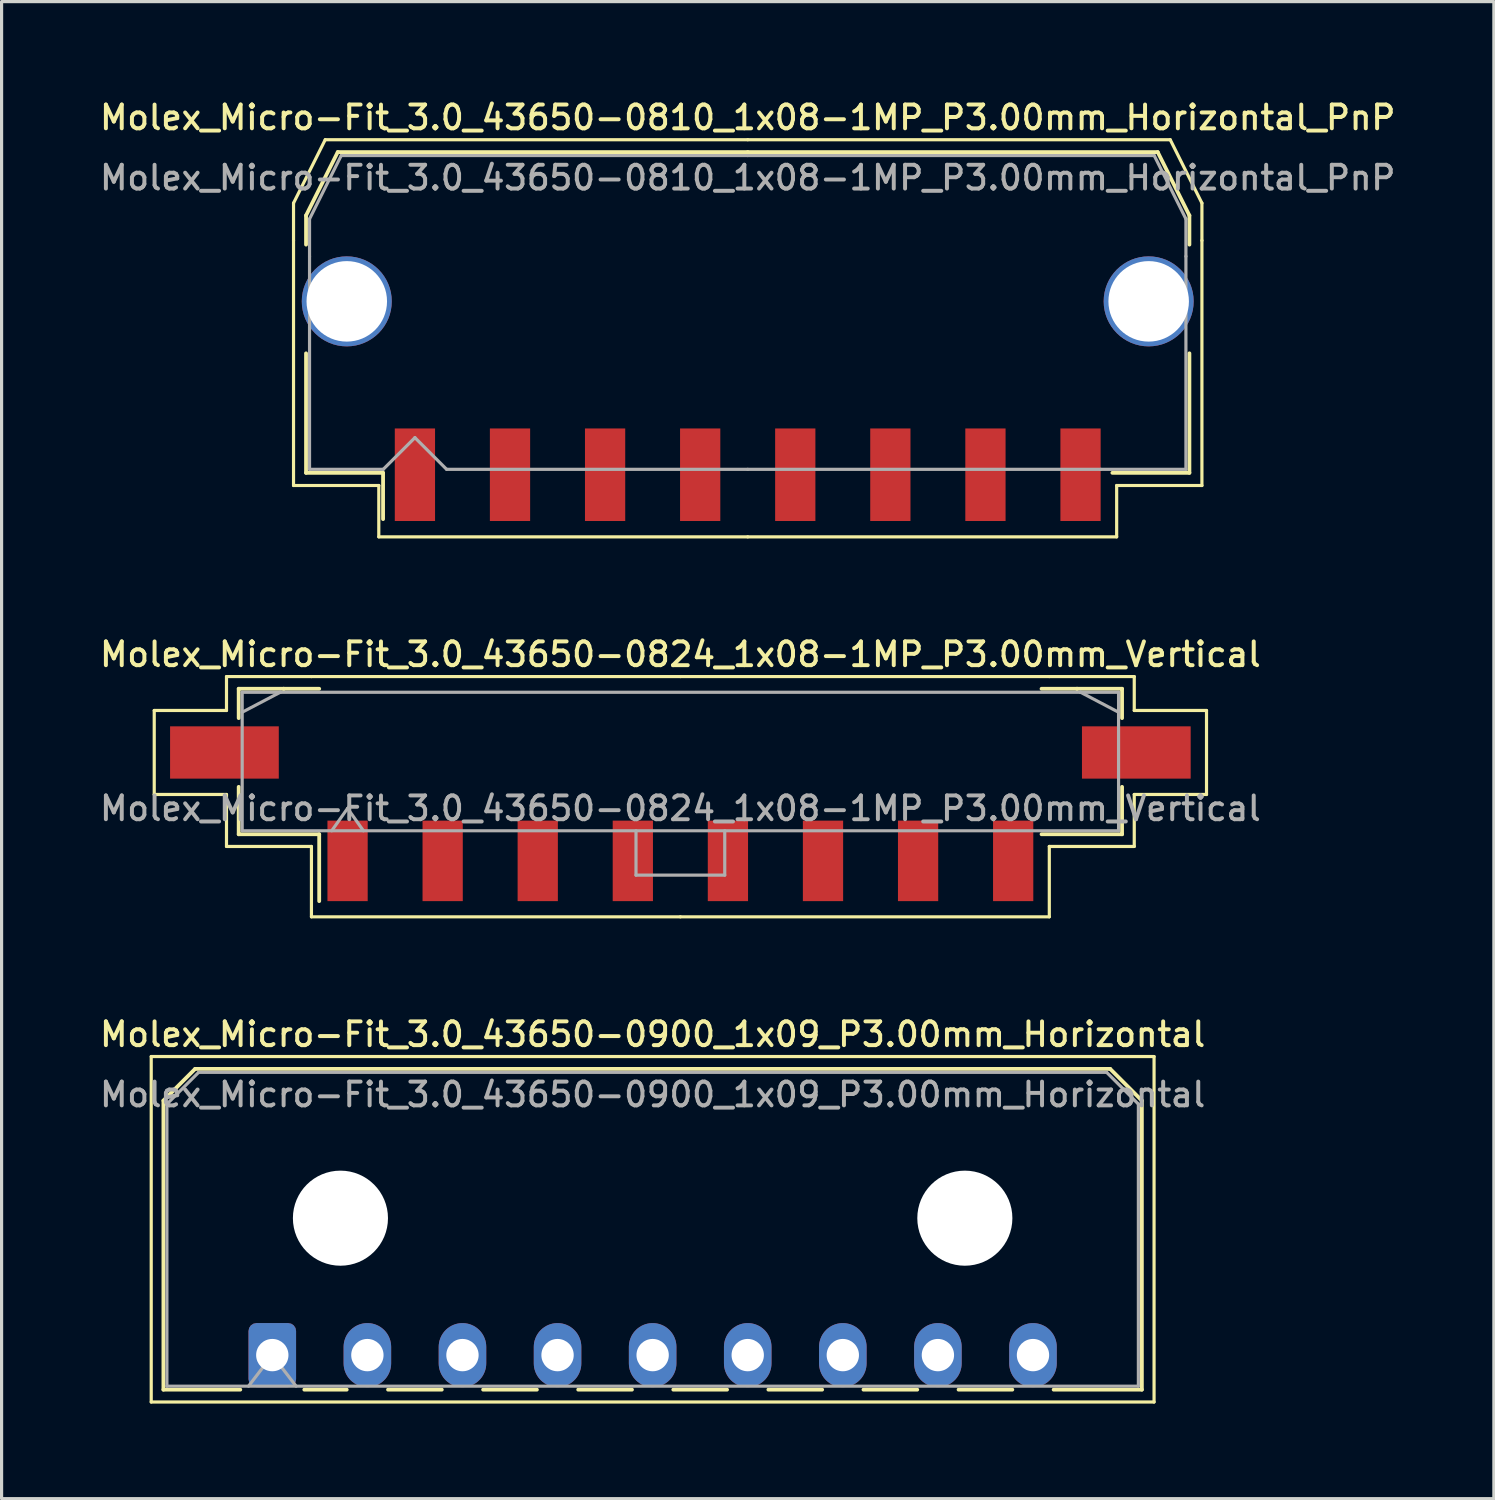
<source format=kicad_pcb>
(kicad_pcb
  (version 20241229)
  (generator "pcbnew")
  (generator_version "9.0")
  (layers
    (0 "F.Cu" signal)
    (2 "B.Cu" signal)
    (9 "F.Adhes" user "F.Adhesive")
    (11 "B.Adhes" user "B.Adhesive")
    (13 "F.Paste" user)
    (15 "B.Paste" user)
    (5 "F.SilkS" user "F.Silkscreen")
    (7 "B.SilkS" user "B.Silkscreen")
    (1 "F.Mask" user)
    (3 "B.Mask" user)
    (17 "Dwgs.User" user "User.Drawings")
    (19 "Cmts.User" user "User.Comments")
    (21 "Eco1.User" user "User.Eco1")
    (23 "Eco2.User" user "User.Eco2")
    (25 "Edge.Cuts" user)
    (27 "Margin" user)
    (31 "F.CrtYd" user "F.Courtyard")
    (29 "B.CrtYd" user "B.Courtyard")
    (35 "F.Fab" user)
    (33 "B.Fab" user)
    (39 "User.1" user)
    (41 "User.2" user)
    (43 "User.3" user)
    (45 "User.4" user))
  (footprint "Molex_Micro-Fit_3.0_43650-0900_1x09_P3.00mm_Horizontal"
    (layer "F.Cu")
    (at 5.541 39.704)
    (property "Reference" "Molex_Micro-Fit_3.0_43650-0900_1x09_P3.00mm_Horizontal" (at 12 -10.12 0) (layer "F.SilkS") (effects (font (size 0.75 0.75) (thickness 0.125))))
    (attr through_hole)
    (fp_line (start -3.82 -9.42) (end 27.82 -9.42) (stroke (width 0.1) (type solid)) (layer "F.SilkS"))
    (fp_line (start -3.82 1.48) (end -3.82 -9.42) (stroke (width 0.1) (type solid)) (layer "F.SilkS"))
    (fp_line (start -3.435 -8.03) (end -2.435 -9.03) (stroke (width 0.12) (type solid)) (layer "F.SilkS"))
    (fp_line (start -3.435 1.09) (end -3.435 -8.03) (stroke (width 0.12) (type solid)) (layer "F.SilkS"))
    (fp_line (start -3.435 1.09) (end -1.01 1.09) (stroke (width 0.12) (type solid)) (layer "F.SilkS"))
    (fp_line (start -2.435 -9.03) (end 26.435 -9.03) (stroke (width 0.12) (type solid)) (layer "F.SilkS"))
    (fp_line (start 1.01 1.09) (end 2.348 1.09) (stroke (width 0.12) (type solid)) (layer "F.SilkS"))
    (fp_line (start 3.652 1.09) (end 5.348 1.09) (stroke (width 0.12) (type solid)) (layer "F.SilkS"))
    (fp_line (start 6.652 1.09) (end 8.348 1.09) (stroke (width 0.12) (type solid)) (layer "F.SilkS"))
    (fp_line (start 9.652 1.09) (end 11.348 1.09) (stroke (width 0.12) (type solid)) (layer "F.SilkS"))
    (fp_line (start 12.652 1.09) (end 14.348 1.09) (stroke (width 0.12) (type solid)) (layer "F.SilkS"))
    (fp_line (start 15.652 1.09) (end 17.348 1.09) (stroke (width 0.12) (type solid)) (layer "F.SilkS"))
    (fp_line (start 18.652 1.09) (end 20.348 1.09) (stroke (width 0.12) (type solid)) (layer "F.SilkS"))
    (fp_line (start 21.652 1.09) (end 23.348 1.09) (stroke (width 0.12) (type solid)) (layer "F.SilkS"))
    (fp_line (start 26.435 -9.03) (end 27.435 -8.03) (stroke (width 0.12) (type solid)) (layer "F.SilkS"))
    (fp_line (start 27.435 -8.03) (end 27.435 1.09) (stroke (width 0.12) (type solid)) (layer "F.SilkS"))
    (fp_line (start 27.435 1.09) (end 24.652 1.09) (stroke (width 0.12) (type solid)) (layer "F.SilkS"))
    (fp_line (start 27.82 -9.42) (end 27.82 1.48) (stroke (width 0.1) (type solid)) (layer "F.SilkS"))
    (fp_line (start 27.82 1.48) (end -3.82 1.48) (stroke (width 0.1) (type solid)) (layer "F.SilkS"))
    (fp_line (start -3.325 -7.92) (end -2.325 -8.92) (stroke (width 0.1) (type solid)) (layer "F.Fab"))
    (fp_line (start -3.325 0.98) (end -3.325 -7.92) (stroke (width 0.1) (type solid)) (layer "F.Fab"))
    (fp_line (start -2.325 -8.92) (end 26.325 -8.92) (stroke (width 0.1) (type solid)) (layer "F.Fab"))
    (fp_line (start -0.75 0.98) (end 0 0) (stroke (width 0.1) (type solid)) (layer "F.Fab"))
    (fp_line (start 0 0) (end 0.75 0.98) (stroke (width 0.1) (type solid)) (layer "F.Fab"))
    (fp_line (start 26.325 -8.92) (end 27.325 -7.92) (stroke (width 0.1) (type solid)) (layer "F.Fab"))
    (fp_line (start 27.325 -7.92) (end 27.325 0.98) (stroke (width 0.1) (type solid)) (layer "F.Fab"))
    (fp_line (start 27.325 0.98) (end -3.325 0.98) (stroke (width 0.1) (type solid)) (layer "F.Fab"))
    (fp_text user "${REFERENCE}" (at 12 -8.22 0) (layer "F.Fab") (effects (font (size 0.75 0.75) (thickness 0.125))))
    (pad "" np_thru_hole circle (at 2.15 -4.32) (size 3 3) (drill 3) (layers "*.Cu" "*.Mask"))
    (pad "" np_thru_hole circle (at 21.85 -4.32) (size 3 3) (drill 3) (layers "*.Cu" "*.Mask"))
    (pad "1" thru_hole roundrect (at 0 0) (size 1.5 2.02) (drill 1.02) (layers "*.Cu" "*.Mask") (roundrect_rratio 0.167))
    (pad "2" thru_hole oval (at 3 0) (size 1.5 2.02) (drill 1.02) (layers "*.Cu" "*.Mask"))
    (pad "3" thru_hole oval (at 6 0) (size 1.5 2.02) (drill 1.02) (layers "*.Cu" "*.Mask"))
    (pad "4" thru_hole oval (at 9 0) (size 1.5 2.02) (drill 1.02) (layers "*.Cu" "*.Mask"))
    (pad "5" thru_hole oval (at 12 0) (size 1.5 2.02) (drill 1.02) (layers "*.Cu" "*.Mask"))
    (pad "6" thru_hole oval (at 15 0) (size 1.5 2.02) (drill 1.02) (layers "*.Cu" "*.Mask"))
    (pad "7" thru_hole oval (at 18 0) (size 1.5 2.02) (drill 1.02) (layers "*.Cu" "*.Mask"))
    (pad "8" thru_hole oval (at 21 0) (size 1.5 2.02) (drill 1.02) (layers "*.Cu" "*.Mask"))
    (pad "9" thru_hole oval (at 24 0) (size 1.5 2.02) (drill 1.02) (layers "*.Cu" "*.Mask")))
  (footprint "Molex_Micro-Fit_3.0_43650-0824_1x08-1MP_P3.00mm_Vertical"
    (layer "F.Cu")
    (at 18.416 20.976)
    (property "Reference" "Molex_Micro-Fit_3.0_43650-0824_1x08-1MP_P3.00mm_Vertical" (at 0 -3.38 0) (layer "F.SilkS") (effects (font (size 0.75 0.75) (thickness 0.125))))
    (attr smd)
    (fp_line (start -16.6 -1.61) (end -16.6 1.04) (stroke (width 0.1) (type solid)) (layer "F.SilkS"))
    (fp_line (start -16.6 1.04) (end -14.32 1.04) (stroke (width 0.1) (type solid)) (layer "F.SilkS"))
    (fp_line (start -14.32 -2.68) (end -14.32 -1.61) (stroke (width 0.1) (type solid)) (layer "F.SilkS"))
    (fp_line (start -14.32 -1.61) (end -16.6 -1.61) (stroke (width 0.1) (type solid)) (layer "F.SilkS"))
    (fp_line (start -14.32 1.04) (end -14.32 2.68) (stroke (width 0.1) (type solid)) (layer "F.SilkS"))
    (fp_line (start -14.32 2.68) (end -11.64 2.68) (stroke (width 0.1) (type solid)) (layer "F.SilkS"))
    (fp_line (start -13.935 -2.295) (end -12.515 -2.295) (stroke (width 0.12) (type solid)) (layer "F.SilkS"))
    (fp_line (start -13.935 -1.37) (end -13.935 -2.295) (stroke (width 0.12) (type solid)) (layer "F.SilkS"))
    (fp_line (start -13.935 0.8) (end -13.935 2.295) (stroke (width 0.12) (type solid)) (layer "F.SilkS"))
    (fp_line (start -13.935 2.295) (end -11.395 2.295) (stroke (width 0.12) (type solid)) (layer "F.SilkS"))
    (fp_line (start -12.515 -2.295) (end -12.515 -2.295) (stroke (width 0.12) (type solid)) (layer "F.SilkS"))
    (fp_line (start -12.515 -2.295) (end -11.395 -2.295) (stroke (width 0.12) (type solid)) (layer "F.SilkS"))
    (fp_line (start -11.64 -2.68) (end -14.32 -2.68) (stroke (width 0.1) (type solid)) (layer "F.SilkS"))
    (fp_line (start -11.64 2.68) (end -11.64 4.9) (stroke (width 0.1) (type solid)) (layer "F.SilkS"))
    (fp_line (start -11.64 4.9) (end 0 4.9) (stroke (width 0.1) (type solid)) (layer "F.SilkS"))
    (fp_line (start -11.395 2.295) (end -11.395 4.405) (stroke (width 0.12) (type solid)) (layer "F.SilkS"))
    (fp_line (start 0 -2.68) (end -11.64 -2.68) (stroke (width 0.1) (type solid)) (layer "F.SilkS"))
    (fp_line (start 0 -2.68) (end 11.64 -2.68) (stroke (width 0.1) (type solid)) (layer "F.SilkS"))
    (fp_line (start 11.64 -2.68) (end 14.32 -2.68) (stroke (width 0.1) (type solid)) (layer "F.SilkS"))
    (fp_line (start 11.64 2.68) (end 11.64 4.9) (stroke (width 0.1) (type solid)) (layer "F.SilkS"))
    (fp_line (start 11.64 4.9) (end 0 4.9) (stroke (width 0.1) (type solid)) (layer "F.SilkS"))
    (fp_line (start 12.515 -2.295) (end 11.395 -2.295) (stroke (width 0.12) (type solid)) (layer "F.SilkS"))
    (fp_line (start 12.515 -2.295) (end 12.515 -2.295) (stroke (width 0.12) (type solid)) (layer "F.SilkS"))
    (fp_line (start 13.935 -2.295) (end 12.515 -2.295) (stroke (width 0.12) (type solid)) (layer "F.SilkS"))
    (fp_line (start 13.935 -1.37) (end 13.935 -2.295) (stroke (width 0.12) (type solid)) (layer "F.SilkS"))
    (fp_line (start 13.935 0.8) (end 13.935 2.295) (stroke (width 0.12) (type solid)) (layer "F.SilkS"))
    (fp_line (start 13.935 2.295) (end 11.395 2.295) (stroke (width 0.12) (type solid)) (layer "F.SilkS"))
    (fp_line (start 14.32 -2.68) (end 14.32 -1.61) (stroke (width 0.1) (type solid)) (layer "F.SilkS"))
    (fp_line (start 14.32 -1.61) (end 16.6 -1.61) (stroke (width 0.1) (type solid)) (layer "F.SilkS"))
    (fp_line (start 14.32 1.04) (end 14.32 2.68) (stroke (width 0.1) (type solid)) (layer "F.SilkS"))
    (fp_line (start 14.32 2.68) (end 11.64 2.68) (stroke (width 0.1) (type solid)) (layer "F.SilkS"))
    (fp_line (start 16.6 -1.61) (end 16.6 1.04) (stroke (width 0.1) (type solid)) (layer "F.SilkS"))
    (fp_line (start 16.6 1.04) (end 14.32 1.04) (stroke (width 0.1) (type solid)) (layer "F.SilkS"))
    (fp_line (start -13.825 -2.185) (end -13.825 2.185) (stroke (width 0.1) (type solid)) (layer "F.Fab"))
    (fp_line (start -13.825 -1.555) (end -12.625 -2.185) (stroke (width 0.1) (type solid)) (layer "F.Fab"))
    (fp_line (start -13.825 2.185) (end 13.825 2.185) (stroke (width 0.1) (type solid)) (layer "F.Fab"))
    (fp_line (start -12.625 -2.185) (end -13.825 -2.185) (stroke (width 0.1) (type solid)) (layer "F.Fab"))
    (fp_line (start -12.625 -2.185) (end -12.625 -2.185) (stroke (width 0.1) (type solid)) (layer "F.Fab"))
    (fp_line (start -11 2.185) (end -10.5 1.478) (stroke (width 0.1) (type solid)) (layer "F.Fab"))
    (fp_line (start -10.5 1.478) (end -10 2.185) (stroke (width 0.1) (type solid)) (layer "F.Fab"))
    (fp_line (start -1.4 2.185) (end -1.4 3.585) (stroke (width 0.1) (type solid)) (layer "F.Fab"))
    (fp_line (start -1.4 3.585) (end 1.4 3.585) (stroke (width 0.1) (type solid)) (layer "F.Fab"))
    (fp_line (start 1.4 3.585) (end 1.4 2.185) (stroke (width 0.1) (type solid)) (layer "F.Fab"))
    (fp_line (start 12.625 -2.185) (end -12.625 -2.185) (stroke (width 0.1) (type solid)) (layer "F.Fab"))
    (fp_line (start 12.625 -2.185) (end 12.625 -2.185) (stroke (width 0.1) (type solid)) (layer "F.Fab"))
    (fp_line (start 13.825 -2.185) (end 12.625 -2.185) (stroke (width 0.1) (type solid)) (layer "F.Fab"))
    (fp_line (start 13.825 -1.555) (end 12.625 -2.185) (stroke (width 0.1) (type solid)) (layer "F.Fab"))
    (fp_line (start 13.825 2.185) (end 13.825 -2.185) (stroke (width 0.1) (type solid)) (layer "F.Fab"))
    (fp_text user "${REFERENCE}" (at 0 1.48 0) (layer "F.Fab") (effects (font (size 0.75 0.75) (thickness 0.125))))
    (pad "1" smd rect (at -10.5 3.135) (size 1.27 2.54) (layers "F.Cu" "F.Mask" "F.Paste"))
    (pad "2" smd rect (at -7.5 3.135) (size 1.27 2.54) (layers "F.Cu" "F.Mask" "F.Paste"))
    (pad "3" smd rect (at -4.5 3.135) (size 1.27 2.54) (layers "F.Cu" "F.Mask" "F.Paste"))
    (pad "4" smd rect (at -1.5 3.135) (size 1.27 2.54) (layers "F.Cu" "F.Mask" "F.Paste"))
    (pad "5" smd rect (at 1.5 3.135) (size 1.27 2.54) (layers "F.Cu" "F.Mask" "F.Paste"))
    (pad "6" smd rect (at 4.5 3.135) (size 1.27 2.54) (layers "F.Cu" "F.Mask" "F.Paste"))
    (pad "7" smd rect (at 7.5 3.135) (size 1.27 2.54) (layers "F.Cu" "F.Mask" "F.Paste"))
    (pad "8" smd rect (at 10.5 3.135) (size 1.27 2.54) (layers "F.Cu" "F.Mask" "F.Paste"))
    (pad "MP" smd rect (at -14.385 -0.285) (size 3.43 1.65) (layers "F.Cu" "F.Mask" "F.Paste"))
    (pad "MP" smd rect (at 14.385 -0.285) (size 3.43 1.65) (layers "F.Cu" "F.Mask" "F.Paste")))
  (footprint "Molex_Micro-Fit_3.0_43650-0810_1x08-1MP_P3.00mm_Horizontal_PnP"
    (layer "F.Cu")
    (at 20.541 6.808)
    (property "Reference" "Molex_Micro-Fit_3.0_43650-0810_1x08-1MP_P3.00mm_Horizontal_PnP" (at 0 -6.15 0) (layer "F.SilkS") (effects (font (size 0.75 0.75) (thickness 0.125))))
    (attr smd)
    (fp_line (start -14.33 -3.45) (end -14.33 -2.27) (stroke (width 0.1) (type solid)) (layer "F.SilkS"))
    (fp_line (start -14.33 -2.27) (end -14.33 5.46) (stroke (width 0.1) (type solid)) (layer "F.SilkS"))
    (fp_line (start -14.33 5.46) (end -11.64 5.46) (stroke (width 0.1) (type solid)) (layer "F.SilkS"))
    (fp_line (start -13.935 -3.06) (end -13.935 -2.14) (stroke (width 0.12) (type solid)) (layer "F.SilkS"))
    (fp_line (start -13.935 1.29) (end -13.935 5.06) (stroke (width 0.12) (type solid)) (layer "F.SilkS"))
    (fp_line (start -13.935 5.06) (end -11.505 5.06) (stroke (width 0.12) (type solid)) (layer "F.SilkS"))
    (fp_line (start -13.33 -5.45) (end -14.33 -3.45) (stroke (width 0.1) (type solid)) (layer "F.SilkS"))
    (fp_line (start -12.935 -5.06) (end -13.935 -3.06) (stroke (width 0.12) (type solid)) (layer "F.SilkS"))
    (fp_line (start -11.64 5.46) (end -11.64 7.08) (stroke (width 0.1) (type solid)) (layer "F.SilkS"))
    (fp_line (start -11.64 7.08) (end 0 7.08) (stroke (width 0.1) (type solid)) (layer "F.SilkS"))
    (fp_line (start -11.505 5.06) (end -11.505 6.52) (stroke (width 0.12) (type solid)) (layer "F.SilkS"))
    (fp_line (start 0 -5.45) (end -13.33 -5.45) (stroke (width 0.1) (type solid)) (layer "F.SilkS"))
    (fp_line (start 0 -5.45) (end 13.33 -5.45) (stroke (width 0.1) (type solid)) (layer "F.SilkS"))
    (fp_line (start 0 -5.06) (end -12.935 -5.06) (stroke (width 0.12) (type solid)) (layer "F.SilkS"))
    (fp_line (start 0 -5.06) (end 12.935 -5.06) (stroke (width 0.12) (type solid)) (layer "F.SilkS"))
    (fp_line (start 11.64 5.46) (end 11.64 7.08) (stroke (width 0.1) (type solid)) (layer "F.SilkS"))
    (fp_line (start 11.64 7.08) (end 0 7.08) (stroke (width 0.1) (type solid)) (layer "F.SilkS"))
    (fp_line (start 12.935 -5.06) (end 13.935 -3.06) (stroke (width 0.12) (type solid)) (layer "F.SilkS"))
    (fp_line (start 13.33 -5.45) (end 14.33 -3.45) (stroke (width 0.1) (type solid)) (layer "F.SilkS"))
    (fp_line (start 13.935 -3.06) (end 13.935 -2.14) (stroke (width 0.12) (type solid)) (layer "F.SilkS"))
    (fp_line (start 13.935 1.29) (end 13.935 5.06) (stroke (width 0.12) (type solid)) (layer "F.SilkS"))
    (fp_line (start 13.935 5.06) (end 11.505 5.06) (stroke (width 0.12) (type solid)) (layer "F.SilkS"))
    (fp_line (start 14.33 -3.45) (end 14.33 -2.27) (stroke (width 0.1) (type solid)) (layer "F.SilkS"))
    (fp_line (start 14.33 -2.27) (end 14.33 5.46) (stroke (width 0.1) (type solid)) (layer "F.SilkS"))
    (fp_line (start 14.33 5.46) (end 11.64 5.46) (stroke (width 0.1) (type solid)) (layer "F.SilkS"))
    (fp_line (start -13.825 -2.95) (end -13.825 -1.77) (stroke (width 0.1) (type solid)) (layer "F.Fab"))
    (fp_line (start -13.825 -1.77) (end -13.825 4.95) (stroke (width 0.1) (type solid)) (layer "F.Fab"))
    (fp_line (start -13.825 4.95) (end -11.5 4.95) (stroke (width 0.1) (type solid)) (layer "F.Fab"))
    (fp_line (start -12.825 -4.95) (end -13.825 -2.95) (stroke (width 0.1) (type solid)) (layer "F.Fab"))
    (fp_line (start -11.5 4.95) (end -10.5 3.95) (stroke (width 0.1) (type solid)) (layer "F.Fab"))
    (fp_line (start -10.5 3.95) (end -9.5 4.95) (stroke (width 0.1) (type solid)) (layer "F.Fab"))
    (fp_line (start -9.5 4.95) (end 0 4.95) (stroke (width 0.1) (type solid)) (layer "F.Fab"))
    (fp_line (start 0 -4.95) (end -12.825 -4.95) (stroke (width 0.1) (type solid)) (layer "F.Fab"))
    (fp_line (start 0 -4.95) (end 12.825 -4.95) (stroke (width 0.1) (type solid)) (layer "F.Fab"))
    (fp_line (start 11.135 4.95) (end 0 4.95) (stroke (width 0.1) (type solid)) (layer "F.Fab"))
    (fp_line (start 12.825 -4.95) (end 13.825 -2.95) (stroke (width 0.1) (type solid)) (layer "F.Fab"))
    (fp_line (start 13.825 -2.95) (end 13.825 -1.77) (stroke (width 0.1) (type solid)) (layer "F.Fab"))
    (fp_line (start 13.825 -1.77) (end 13.825 4.95) (stroke (width 0.1) (type solid)) (layer "F.Fab"))
    (fp_line (start 13.825 4.95) (end 11.135 4.95) (stroke (width 0.1) (type solid)) (layer "F.Fab"))
    (fp_text user "${REFERENCE}" (at 0 -4.25 0) (layer "F.Fab") (effects (font (size 0.75 0.75) (thickness 0.125))))
    (pad "1" smd rect (at -10.5 5.12) (size 1.27 2.92) (layers "F.Cu" "F.Mask" "F.Paste"))
    (pad "2" smd rect (at -7.5 5.12) (size 1.27 2.92) (layers "F.Cu" "F.Mask" "F.Paste"))
    (pad "3" smd rect (at -4.5 5.12) (size 1.27 2.92) (layers "F.Cu" "F.Mask" "F.Paste"))
    (pad "4" smd rect (at -1.5 5.12) (size 1.27 2.92) (layers "F.Cu" "F.Mask" "F.Paste"))
    (pad "5" smd rect (at 1.5 5.12) (size 1.27 2.92) (layers "F.Cu" "F.Mask" "F.Paste"))
    (pad "6" smd rect (at 4.5 5.12) (size 1.27 2.92) (layers "F.Cu" "F.Mask" "F.Paste"))
    (pad "7" smd rect (at 7.5 5.12) (size 1.27 2.92) (layers "F.Cu" "F.Mask" "F.Paste"))
    (pad "8" smd rect (at 10.5 5.12) (size 1.27 2.92) (layers "F.Cu" "F.Mask" "F.Paste"))
    (pad "MP" thru_hole circle (at -12.65 -0.35) (size 2.84 2.84) (drill 2.54) (property pad_prop_heatsink) (layers "*.Cu" "*.Mask"))
    (pad "MP" thru_hole circle (at 12.65 -0.35) (size 2.84 2.84) (drill 2.54) (property pad_prop_heatsink) (layers "*.Cu" "*.Mask")))
  (gr_rect
    (start -3 -3)
    (end 44.082 44.234)
    (stroke (width 0.1) (type default))
    (fill no)
    (layer "Edge.Cuts")))
</source>
